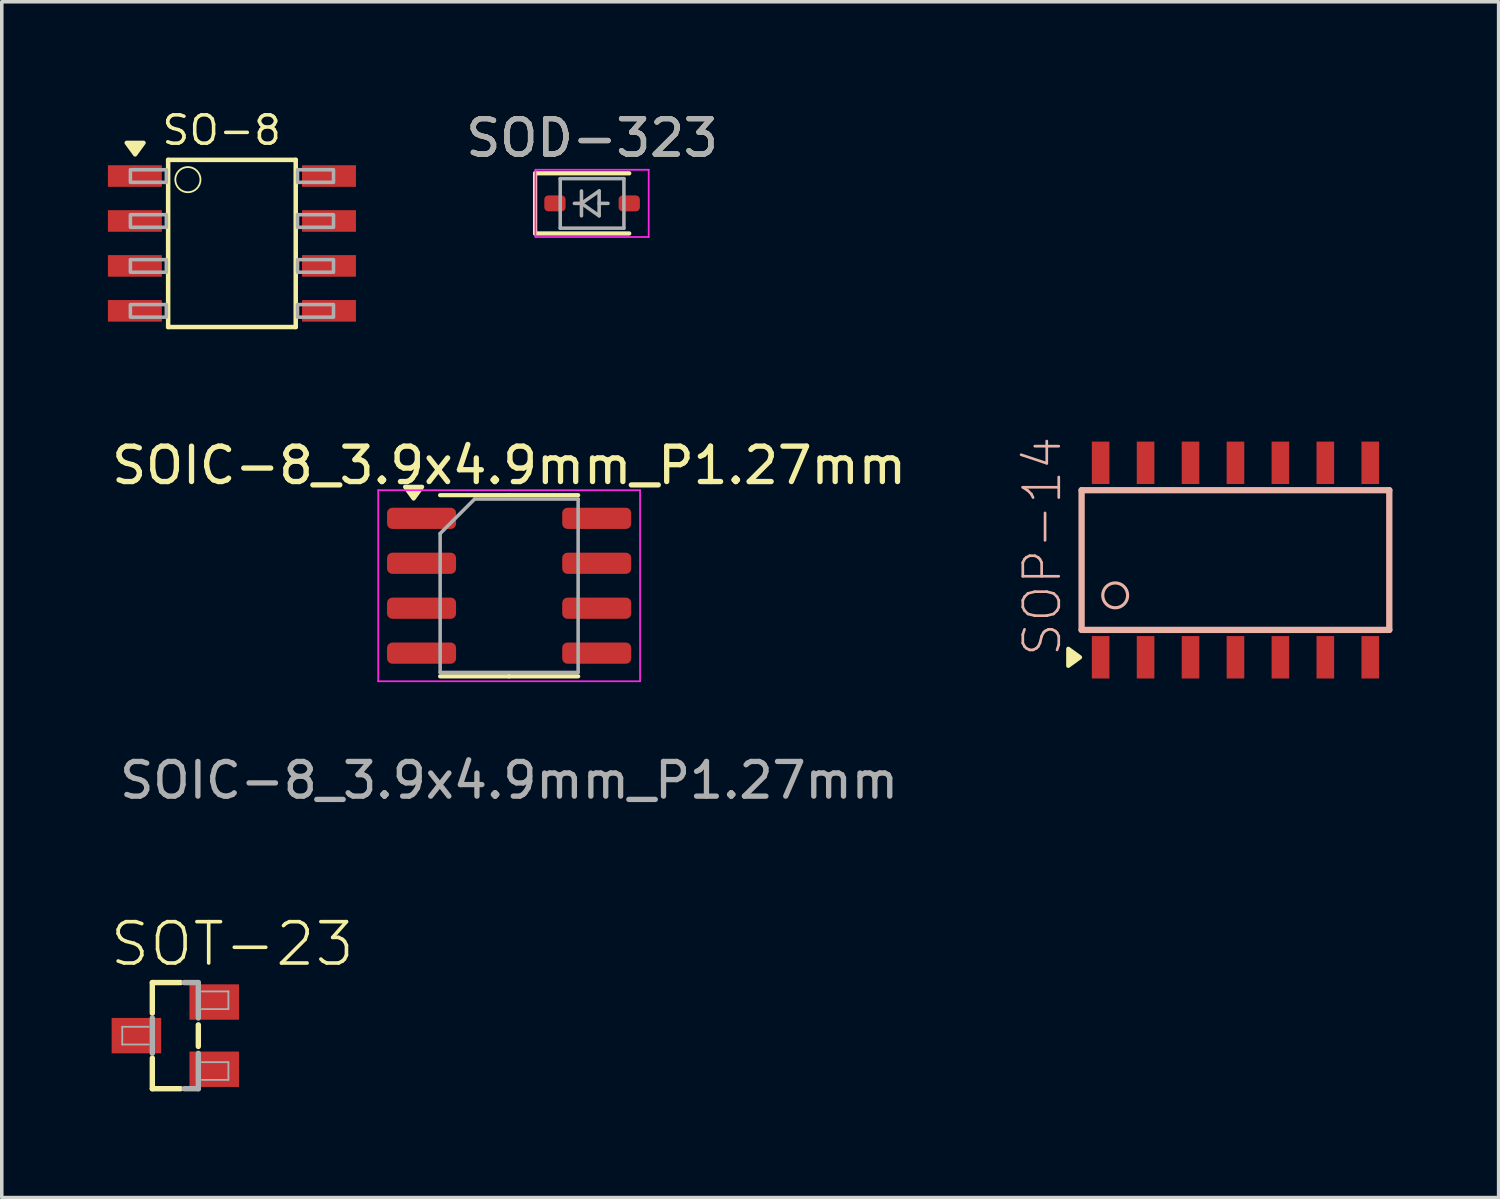
<source format=kicad_pcb>
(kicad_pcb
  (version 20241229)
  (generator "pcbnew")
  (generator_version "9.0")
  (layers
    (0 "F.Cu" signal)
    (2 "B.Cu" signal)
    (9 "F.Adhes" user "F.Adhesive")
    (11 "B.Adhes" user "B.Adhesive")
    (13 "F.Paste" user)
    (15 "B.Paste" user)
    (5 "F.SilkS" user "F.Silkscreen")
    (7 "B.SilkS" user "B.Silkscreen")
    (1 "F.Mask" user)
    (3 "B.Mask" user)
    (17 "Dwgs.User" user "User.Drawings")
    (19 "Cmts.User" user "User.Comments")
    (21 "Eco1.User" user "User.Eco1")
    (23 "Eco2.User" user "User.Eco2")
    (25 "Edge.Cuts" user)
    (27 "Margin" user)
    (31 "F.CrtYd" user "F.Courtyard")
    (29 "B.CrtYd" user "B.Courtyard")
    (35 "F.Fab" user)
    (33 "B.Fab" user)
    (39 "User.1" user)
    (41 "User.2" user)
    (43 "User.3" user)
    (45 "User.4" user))
  (footprint "SOIC-8_3.9x4.9mm_P1.27mm"
    (layer "F.Cu")
    (at 11.339 13.504)
    (property "Reference" "SOIC-8_3.9x4.9mm_P1.27mm" (at 0 -3.4 0) (layer "F.SilkS") (effects (font (size 1 1) (thickness 0.15))))
    (attr smd)
    (fp_line (start 0 -2.56) (end -1.95 -2.56) (stroke (width 0.12) (type solid)) (layer "F.SilkS"))
    (fp_line (start 0 -2.56) (end 1.95 -2.56) (stroke (width 0.12) (type solid)) (layer "F.SilkS"))
    (fp_line (start 0 2.56) (end -1.95 2.56) (stroke (width 0.12) (type solid)) (layer "F.SilkS"))
    (fp_line (start 0 2.56) (end 1.95 2.56) (stroke (width 0.12) (type solid)) (layer "F.SilkS"))
    (fp_poly (pts (xy -2.7 -2.465) (xy -2.94 -2.795) (xy -2.46 -2.795) (xy -2.7 -2.465)) (stroke (width 0.12) (type solid)) (fill yes) (layer "F.SilkS"))
    (fp_line (start -3.7 -2.7) (end -3.7 2.7) (stroke (width 0.05) (type solid)) (layer "F.CrtYd"))
    (fp_line (start -3.7 2.7) (end 3.7 2.7) (stroke (width 0.05) (type solid)) (layer "F.CrtYd"))
    (fp_line (start 3.7 -2.7) (end -3.7 -2.7) (stroke (width 0.05) (type solid)) (layer "F.CrtYd"))
    (fp_line (start 3.7 2.7) (end 3.7 -2.7) (stroke (width 0.05) (type solid)) (layer "F.CrtYd"))
    (fp_line (start -1.95 -1.475) (end -0.975 -2.45) (stroke (width 0.1) (type solid)) (layer "F.Fab"))
    (fp_line (start -1.95 2.45) (end -1.95 -1.475) (stroke (width 0.1) (type solid)) (layer "F.Fab"))
    (fp_line (start -0.975 -2.45) (end 1.95 -2.45) (stroke (width 0.1) (type solid)) (layer "F.Fab"))
    (fp_line (start 1.95 -2.45) (end 1.95 2.45) (stroke (width 0.1) (type solid)) (layer "F.Fab"))
    (fp_line (start 1.95 2.45) (end -1.95 2.45) (stroke (width 0.1) (type solid)) (layer "F.Fab"))
    (fp_text user "${REFERENCE}" (at 0 5.5 0) (layer "F.Fab") (effects (font (size 0.98 0.98) (thickness 0.15))))
    (pad "1" smd roundrect (at -2.475 -1.905) (size 1.95 0.6) (layers "F.Cu" "F.Mask" "F.Paste") (roundrect_rratio 0.25))
    (pad "2" smd roundrect (at -2.475 -0.635) (size 1.95 0.6) (layers "F.Cu" "F.Mask" "F.Paste") (roundrect_rratio 0.25))
    (pad "3" smd roundrect (at -2.475 0.635) (size 1.95 0.6) (layers "F.Cu" "F.Mask" "F.Paste") (roundrect_rratio 0.25))
    (pad "4" smd roundrect (at -2.475 1.905) (size 1.95 0.6) (layers "F.Cu" "F.Mask" "F.Paste") (roundrect_rratio 0.25))
    (pad "5" smd roundrect (at 2.475 1.905) (size 1.95 0.6) (layers "F.Cu" "F.Mask" "F.Paste") (roundrect_rratio 0.25))
    (pad "6" smd roundrect (at 2.475 0.635) (size 1.95 0.6) (layers "F.Cu" "F.Mask" "F.Paste") (roundrect_rratio 0.25))
    (pad "7" smd roundrect (at 2.475 -0.635) (size 1.95 0.6) (layers "F.Cu" "F.Mask" "F.Paste") (roundrect_rratio 0.25))
    (pad "8" smd roundrect (at 2.475 -1.905) (size 1.95 0.6) (layers "F.Cu" "F.Mask" "F.Paste") (roundrect_rratio 0.25)))
  (footprint "SOD-323"
    (layer "F.Cu")
    (at 13.683 2.698)
    (property "Reference" "SOD-323" (at 0 -1.85 0) (layer "F.SilkS") (effects (font (size 1 1) (thickness 0.15))))
    (attr smd)
    (fp_line (start -1.61 -0.85) (end -1.61 0.85) (stroke (width 0.12) (type solid)) (layer "F.SilkS"))
    (fp_line (start -1.61 -0.85) (end 1.05 -0.85) (stroke (width 0.12) (type solid)) (layer "F.SilkS"))
    (fp_line (start -1.61 0.85) (end 1.05 0.85) (stroke (width 0.12) (type solid)) (layer "F.SilkS"))
    (fp_line (start -1.6 -0.95) (end -1.6 0.95) (stroke (width 0.05) (type solid)) (layer "F.CrtYd"))
    (fp_line (start -1.6 -0.95) (end 1.6 -0.95) (stroke (width 0.05) (type solid)) (layer "F.CrtYd"))
    (fp_line (start -1.6 0.95) (end 1.6 0.95) (stroke (width 0.05) (type solid)) (layer "F.CrtYd"))
    (fp_line (start 1.6 -0.95) (end 1.6 0.95) (stroke (width 0.05) (type solid)) (layer "F.CrtYd"))
    (fp_line (start -0.9 -0.7) (end 0.9 -0.7) (stroke (width 0.1) (type solid)) (layer "F.Fab"))
    (fp_line (start -0.9 0.7) (end -0.9 -0.7) (stroke (width 0.1) (type solid)) (layer "F.Fab"))
    (fp_line (start -0.3 -0.35) (end -0.3 0.35) (stroke (width 0.1) (type solid)) (layer "F.Fab"))
    (fp_line (start -0.3 0) (end -0.5 0) (stroke (width 0.1) (type solid)) (layer "F.Fab"))
    (fp_line (start -0.3 0) (end 0.2 -0.35) (stroke (width 0.1) (type solid)) (layer "F.Fab"))
    (fp_line (start 0.2 -0.35) (end 0.2 0.35) (stroke (width 0.1) (type solid)) (layer "F.Fab"))
    (fp_line (start 0.2 0) (end 0.45 0) (stroke (width 0.1) (type solid)) (layer "F.Fab"))
    (fp_line (start 0.2 0.35) (end -0.3 0) (stroke (width 0.1) (type solid)) (layer "F.Fab"))
    (fp_line (start 0.9 -0.7) (end 0.9 0.7) (stroke (width 0.1) (type solid)) (layer "F.Fab"))
    (fp_line (start 0.9 0.7) (end -0.9 0.7) (stroke (width 0.1) (type solid)) (layer "F.Fab"))
    (fp_text user "${REFERENCE}" (at 0 -1.85 0) (layer "F.Fab") (effects (font (size 1 1) (thickness 0.15))))
    (pad "1" smd roundrect (at -1.05 0) (size 0.6 0.45) (layers "F.Cu" "F.Mask" "F.Paste") (roundrect_rratio 0.25))
    (pad "2" smd roundrect (at 1.05 0) (size 0.6 0.45) (layers "F.Cu" "F.Mask" "F.Paste") (roundrect_rratio 0.25)))
  (footprint "SOP-14"
    (layer "F.Cu")
    (at 31.866 12.778)
    (property "Reference" "SOP-14" (at -5.46 -0.388 270) (layer "B.SilkS") (effects (font (size 1.016 1.016) (thickness 0.076))))
    (attr smd)
    (fp_poly (pts (xy -4.394 2.749) (xy -4.724 2.989) (xy -4.724 2.509) (xy -4.394 2.749)) (stroke (width 0.12) (type solid)) (fill yes) (layer "F.SilkS"))
    (fp_line (start -4.348 -1.974) (end 4.348 -1.974) (stroke (width 0.178) (type solid)) (layer "B.SilkS"))
    (fp_line (start -4.348 1.974) (end -4.348 -1.974) (stroke (width 0.178) (type solid)) (layer "B.SilkS"))
    (fp_line (start 4.348 -1.974) (end 4.348 1.974) (stroke (width 0.178) (type solid)) (layer "B.SilkS"))
    (fp_line (start 4.348 1.974) (end -4.348 1.974) (stroke (width 0.178) (type solid)) (layer "B.SilkS"))
    (fp_circle (center -3.399 0.998) (end -3.647 1.247) (stroke (width 0.089) (type solid)) (fill no) (layer "B.SilkS"))
    (pad "1" smd rect (at -3.81 2.748 180) (size 0.498 1.199) (layers "F.Cu" "F.Mask" "F.Paste"))
    (pad "2" smd rect (at -2.54 2.748 180) (size 0.498 1.199) (layers "F.Cu" "F.Mask" "F.Paste"))
    (pad "3" smd rect (at -1.27 2.748 180) (size 0.498 1.199) (layers "F.Cu" "F.Mask" "F.Paste"))
    (pad "4" smd rect (at 0 2.748 180) (size 0.498 1.199) (layers "F.Cu" "F.Mask" "F.Paste"))
    (pad "5" smd rect (at 1.27 2.748 180) (size 0.498 1.199) (layers "F.Cu" "F.Mask" "F.Paste"))
    (pad "6" smd rect (at 2.54 2.748 180) (size 0.498 1.199) (layers "F.Cu" "F.Mask" "F.Paste"))
    (pad "7" smd rect (at 3.81 2.748 180) (size 0.498 1.199) (layers "F.Cu" "F.Mask" "F.Paste"))
    (pad "8" smd rect (at 3.81 -2.748) (size 0.498 1.199) (layers "F.Cu" "F.Mask" "F.Paste"))
    (pad "9" smd rect (at 2.54 -2.748) (size 0.498 1.199) (layers "F.Cu" "F.Mask" "F.Paste"))
    (pad "10" smd rect (at 1.27 -2.748) (size 0.498 1.199) (layers "F.Cu" "F.Mask" "F.Paste"))
    (pad "11" smd rect (at 0 -2.748) (size 0.498 1.199) (layers "F.Cu" "F.Mask" "F.Paste"))
    (pad "12" smd rect (at -1.27 -2.748) (size 0.498 1.199) (layers "F.Cu" "F.Mask" "F.Paste"))
    (pad "13" smd rect (at -2.54 -2.748) (size 0.498 1.199) (layers "F.Cu" "F.Mask" "F.Paste"))
    (pad "14" smd rect (at -3.81 -2.748) (size 0.498 1.199) (layers "F.Cu" "F.Mask" "F.Paste")))
  (footprint "SO-8"
    (layer "F.Cu")
    (at 3.505 3.83)
    (property "Reference" "SO-8" (at -2.032 -2.731 0) (unlocked yes) (layer "F.SilkS") (effects (font (size 0.8 0.8) (thickness 0.1)) (justify left bottom)))
    (fp_line (start -1.803 -2.362) (end -1.803 2.362) (stroke (width 0.127) (type solid)) (layer "F.SilkS"))
    (fp_line (start -1.803 2.362) (end 1.803 2.362) (stroke (width 0.127) (type solid)) (layer "F.SilkS"))
    (fp_line (start 1.803 -2.362) (end -1.803 -2.362) (stroke (width 0.127) (type solid)) (layer "F.SilkS"))
    (fp_line (start 1.803 2.362) (end 1.803 -2.362) (stroke (width 0.127) (type solid)) (layer "F.SilkS"))
    (fp_circle (center -1.245 -1.803) (end -0.889 -1.803) (stroke (width 0.051) (type solid)) (fill no) (layer "F.SilkS"))
    (fp_poly (pts (xy -2.736 -2.514) (xy -2.976 -2.844) (xy -2.496 -2.844) (xy -2.736 -2.514)) (stroke (width 0.12) (type solid)) (fill yes) (layer "F.SilkS"))
    (fp_poly (pts (xy -2.87 -1.727) (xy -1.854 -1.727) (xy -1.854 -2.083) (xy -2.87 -2.083)) (stroke (width 0.1) (type default)) (fill no) (layer "F.Fab"))
    (fp_poly (pts (xy -2.87 -0.457) (xy -1.854 -0.457) (xy -1.854 -0.813) (xy -2.87 -0.813)) (stroke (width 0.1) (type default)) (fill no) (layer "F.Fab"))
    (fp_poly (pts (xy -2.87 0.813) (xy -1.854 0.813) (xy -1.854 0.457) (xy -2.87 0.457)) (stroke (width 0.1) (type default)) (fill no) (layer "F.Fab"))
    (fp_poly (pts (xy -2.87 2.083) (xy -1.854 2.083) (xy -1.854 1.727) (xy -2.87 1.727)) (stroke (width 0.1) (type default)) (fill no) (layer "F.Fab"))
    (fp_poly (pts (xy 1.854 -1.727) (xy 2.87 -1.727) (xy 2.87 -2.083) (xy 1.854 -2.083)) (stroke (width 0.1) (type default)) (fill no) (layer "F.Fab"))
    (fp_poly (pts (xy 1.854 -0.457) (xy 2.87 -0.457) (xy 2.87 -0.813) (xy 1.854 -0.813)) (stroke (width 0.1) (type default)) (fill no) (layer "F.Fab"))
    (fp_poly (pts (xy 1.854 0.813) (xy 2.87 0.813) (xy 2.87 0.457) (xy 1.854 0.457)) (stroke (width 0.1) (type default)) (fill no) (layer "F.Fab"))
    (fp_poly (pts (xy 1.854 2.083) (xy 2.87 2.083) (xy 2.87 1.727) (xy 1.854 1.727)) (stroke (width 0.1) (type default)) (fill no) (layer "F.Fab"))
    (pad "1" smd rect (at -2.743 -1.905) (size 1.524 0.61) (layers "F.Cu" "F.Mask" "F.Paste"))
    (pad "2" smd rect (at -2.743 -0.635) (size 1.524 0.61) (layers "F.Cu" "F.Mask" "F.Paste"))
    (pad "3" smd rect (at -2.743 0.635) (size 1.524 0.61) (layers "F.Cu" "F.Mask" "F.Paste"))
    (pad "4" smd rect (at -2.743 1.905) (size 1.524 0.61) (layers "F.Cu" "F.Mask" "F.Paste"))
    (pad "5" smd rect (at 2.743 1.905) (size 1.524 0.61) (layers "F.Cu" "F.Mask" "F.Paste"))
    (pad "6" smd rect (at 2.743 0.635) (size 1.524 0.61) (layers "F.Cu" "F.Mask" "F.Paste"))
    (pad "7" smd rect (at 2.743 -0.635) (size 1.524 0.61) (layers "F.Cu" "F.Mask" "F.Paste"))
    (pad "8" smd rect (at 2.743 -1.905) (size 1.524 0.61) (layers "F.Cu" "F.Mask" "F.Paste")))
  (footprint "SOT-23"
    (layer "F.Cu")
    (at 1.905 26.219)
    (property "Reference" "SOT-23" (at -1.905 -1.905 0) (unlocked yes) (layer "F.SilkS") (effects (font (size 1.168 1.168) (thickness 0.102)) (justify left bottom)))
    (fp_line (start -0.65 -1.5) (end 0.15 -1.5) (stroke (width 0.152) (type solid)) (layer "F.SilkS"))
    (fp_line (start -0.65 -0.635) (end -0.65 -1.5) (stroke (width 0.152) (type solid)) (layer "F.SilkS"))
    (fp_line (start -0.65 1.5) (end -0.65 0.635) (stroke (width 0.152) (type solid)) (layer "F.SilkS"))
    (fp_line (start 0.15 1.5) (end -0.65 1.5) (stroke (width 0.152) (type solid)) (layer "F.SilkS"))
    (fp_line (start 0.65 -0.305) (end 0.65 0.305) (stroke (width 0.152) (type solid)) (layer "F.SilkS"))
    (fp_line (start -1.5 -0.25) (end -0.75 -0.25) (stroke (width 0.051) (type solid)) (layer "F.Fab"))
    (fp_line (start -1.5 0.25) (end -1.5 -0.25) (stroke (width 0.051) (type solid)) (layer "F.Fab"))
    (fp_line (start -0.75 0.25) (end -1.5 0.25) (stroke (width 0.051) (type solid)) (layer "F.Fab"))
    (fp_line (start -0.65 0.5) (end -0.65 -0.5) (stroke (width 0.152) (type solid)) (layer "F.Fab"))
    (fp_line (start 0.25 -1.5) (end 0.65 -1.5) (stroke (width 0.152) (type solid)) (layer "F.Fab"))
    (fp_line (start 0.25 1.5) (end 0.65 1.5) (stroke (width 0.152) (type solid)) (layer "F.Fab"))
    (fp_line (start 0.65 -1.5) (end 0.65 -0.5) (stroke (width 0.152) (type solid)) (layer "F.Fab"))
    (fp_line (start 0.65 1.5) (end 0.65 0.5) (stroke (width 0.152) (type solid)) (layer "F.Fab"))
    (fp_line (start 0.75 -0.75) (end 1.5 -0.75) (stroke (width 0.051) (type solid)) (layer "F.Fab"))
    (fp_line (start 0.75 1.25) (end 1.5 1.25) (stroke (width 0.051) (type solid)) (layer "F.Fab"))
    (fp_line (start 1.5 -1.25) (end 0.75 -1.25) (stroke (width 0.051) (type solid)) (layer "F.Fab"))
    (fp_line (start 1.5 -0.75) (end 1.5 -1.25) (stroke (width 0.051) (type solid)) (layer "F.Fab"))
    (fp_line (start 1.5 0.75) (end 0.75 0.75) (stroke (width 0.051) (type solid)) (layer "F.Fab"))
    (fp_line (start 1.5 1.25) (end 1.5 0.75) (stroke (width 0.051) (type solid)) (layer "F.Fab"))
    (pad "1" smd rect (at 1.1 0.95 90) (size 1 1.4) (layers "F.Cu" "F.Mask" "F.Paste"))
    (pad "2" smd rect (at 1.1 -0.95 90) (size 1 1.4) (layers "F.Cu" "F.Mask" "F.Paste"))
    (pad "3" smd rect (at -1.1 0 90) (size 1 1.4) (layers "F.Cu" "F.Mask" "F.Paste")))
  (gr_rect
    (start -3 -3)
    (end 39.304 30.795)
    (stroke (width 0.1) (type default))
    (fill no)
    (layer "Edge.Cuts")))
</source>
